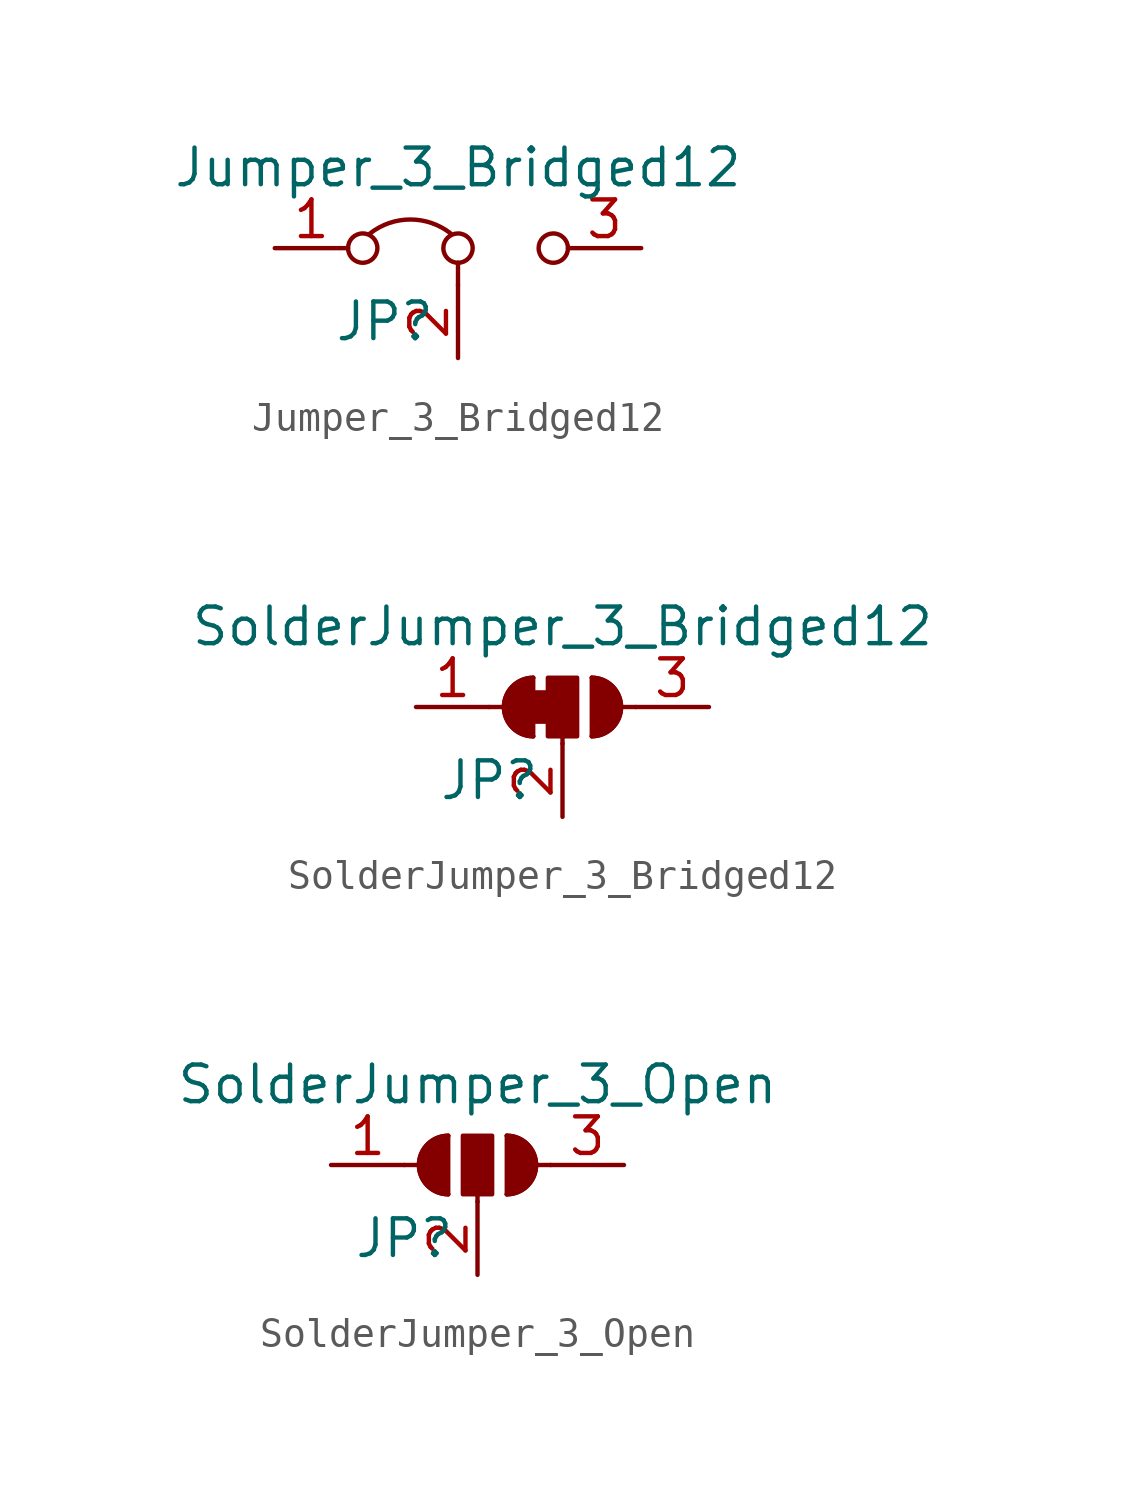
<source format=kicad_sym>
(kicad_symbol_lib
  (version 20211014)
  (generator kicad_symbol_editor)
  (symbol "Jumper_3_Bridged12"
    (pin_names
      (offset 0) hide)
    (property "Reference" "JP"
      (at -2.54 -2.54 0)
      (effects (font (size 1.27 1.27))))
    (property "Value" "Jumper_3_Bridged12"
      (at 0 2.794 0)
      (effects (font (size 1.27 1.27))))
    (symbol "Jumper_3_Bridged12_0_0"
      (circle (center -3.302 0) (radius 0.508) (stroke (width 0) (type default) (color 0 0 0 0)) (fill (type none)))
      (circle (center 0 0) (radius 0.508) (stroke (width 0) (type default) (color 0 0 0 0)) (fill (type none)))
      (circle (center 3.302 0) (radius 0.508) (stroke (width 0) (type default) (color 0 0 0 0)) (fill (type none))))
    (symbol "Jumper_3_Bridged12_0_1"
      (arc (start -0.254 0.508) (mid -1.651 0.9912) (end -3.048 0.508) (stroke (width 0) (type default) (color 0 0 0 0)) (fill (type none)))
      (polyline (pts (xy 0 -1.27) (xy 0 -0.508)) (stroke (width 0) (type default) (color 0 0 0 0)) (fill (type none))))
    (symbol "Jumper_3_Bridged12_1_1"
      (pin passive line (at -6.35 0 0) (length 2.54) (name "A" (effects (font (size 1.27 1.27)))) (number "1" (effects (font (size 1.27 1.27)))))
      (pin input line (at 0 -3.81 90) (length 2.54) (name "C" (effects (font (size 1.27 1.27)))) (number "2" (effects (font (size 1.27 1.27)))))
      (pin passive line (at 6.35 0 180) (length 2.54) (name "B" (effects (font (size 1.27 1.27)))) (number "3" (effects (font (size 1.27 1.27)))))))
  (symbol "SolderJumper_3_Bridged12"
    (pin_names
      (offset 0) hide)
    (property "Reference" "JP"
      (at -2.54 -2.54 0)
      (effects (font (size 1.27 1.27))))
    (property "Value" "SolderJumper_3_Bridged12"
      (at 0 2.794 0)
      (effects (font (size 1.27 1.27))))
    (symbol "SolderJumper_3_Bridged12_0_1"
      (rectangle (start -1.016 0.508) (end -0.508 -0.508) (stroke (width 0) (type default) (color 0 0 0 0)) (fill (type outline)))
      (arc (start -1.016 1.016) (mid -2.032 0) (end -1.016 -1.016) (stroke (width 0) (type default) (color 0 0 0 0)) (fill (type none)))
      (arc (start -1.016 1.016) (mid -2.032 0) (end -1.016 -1.016) (stroke (width 0) (type default) (color 0 0 0 0)) (fill (type outline)))
      (rectangle (start -0.508 1.016) (end 0.508 -1.016) (stroke (width 0) (type default) (color 0 0 0 0)) (fill (type outline)))
      (polyline (pts (xy -2.54 0) (xy -2.032 0)) (stroke (width 0) (type default) (color 0 0 0 0)) (fill (type none)))
      (polyline (pts (xy -1.016 1.016) (xy -1.016 -1.016)) (stroke (width 0) (type default) (color 0 0 0 0)) (fill (type none)))
      (polyline (pts (xy 0 -1.27) (xy 0 -1.016)) (stroke (width 0) (type default) (color 0 0 0 0)) (fill (type none)))
      (polyline (pts (xy 1.016 1.016) (xy 1.016 -1.016)) (stroke (width 0) (type default) (color 0 0 0 0)) (fill (type none)))
      (polyline (pts (xy 2.54 0) (xy 2.032 0)) (stroke (width 0) (type default) (color 0 0 0 0)) (fill (type none)))
      (arc (start 1.016 -1.016) (mid 2.032 0) (end 1.016 1.016) (stroke (width 0) (type default) (color 0 0 0 0)) (fill (type none)))
      (arc (start 1.016 -1.016) (mid 2.032 0) (end 1.016 1.016) (stroke (width 0) (type default) (color 0 0 0 0)) (fill (type outline))))
    (symbol "SolderJumper_3_Bridged12_1_1"
      (pin passive line (at -5.08 0 0) (length 2.54) (name "A" (effects (font (size 1.27 1.27)))) (number "1" (effects (font (size 1.27 1.27)))))
      (pin input line (at 0 -3.81 90) (length 2.54) (name "C" (effects (font (size 1.27 1.27)))) (number "2" (effects (font (size 1.27 1.27)))))
      (pin passive line (at 5.08 0 180) (length 2.54) (name "B" (effects (font (size 1.27 1.27)))) (number "3" (effects (font (size 1.27 1.27)))))))
  (symbol "SolderJumper_3_Open"
    (pin_names
      (offset 0) hide)
    (property "Reference" "JP"
      (at -2.54 -2.54 0)
      (effects (font (size 1.27 1.27))))
    (property "Value" "SolderJumper_3_Open"
      (at 0 2.794 0)
      (effects (font (size 1.27 1.27))))
    (symbol "SolderJumper_3_Open_0_1"
      (arc (start -1.016 1.016) (mid -2.032 0) (end -1.016 -1.016) (stroke (width 0) (type default) (color 0 0 0 0)) (fill (type none)))
      (arc (start -1.016 1.016) (mid -2.032 0) (end -1.016 -1.016) (stroke (width 0) (type default) (color 0 0 0 0)) (fill (type outline)))
      (rectangle (start -0.508 1.016) (end 0.508 -1.016) (stroke (width 0) (type default) (color 0 0 0 0)) (fill (type outline)))
      (polyline (pts (xy -2.54 0) (xy -2.032 0)) (stroke (width 0) (type default) (color 0 0 0 0)) (fill (type none)))
      (polyline (pts (xy -1.016 1.016) (xy -1.016 -1.016)) (stroke (width 0) (type default) (color 0 0 0 0)) (fill (type none)))
      (polyline (pts (xy 0 -1.27) (xy 0 -1.016)) (stroke (width 0) (type default) (color 0 0 0 0)) (fill (type none)))
      (polyline (pts (xy 1.016 1.016) (xy 1.016 -1.016)) (stroke (width 0) (type default) (color 0 0 0 0)) (fill (type none)))
      (polyline (pts (xy 2.54 0) (xy 2.032 0)) (stroke (width 0) (type default) (color 0 0 0 0)) (fill (type none)))
      (arc (start 1.016 -1.016) (mid 2.032 0) (end 1.016 1.016) (stroke (width 0) (type default) (color 0 0 0 0)) (fill (type none)))
      (arc (start 1.016 -1.016) (mid 2.032 0) (end 1.016 1.016) (stroke (width 0) (type default) (color 0 0 0 0)) (fill (type outline))))
    (symbol "SolderJumper_3_Open_1_1"
      (pin passive line (at -5.08 0 0) (length 2.54) (name "A" (effects (font (size 1.27 1.27)))) (number "1" (effects (font (size 1.27 1.27)))))
      (pin input line (at 0 -3.81 90) (length 2.54) (name "C" (effects (font (size 1.27 1.27)))) (number "2" (effects (font (size 1.27 1.27)))))
      (pin passive line (at 5.08 0 180) (length 2.54) (name "B" (effects (font (size 1.27 1.27)))) (number "3" (effects (font (size 1.27 1.27))))))))
</source>
